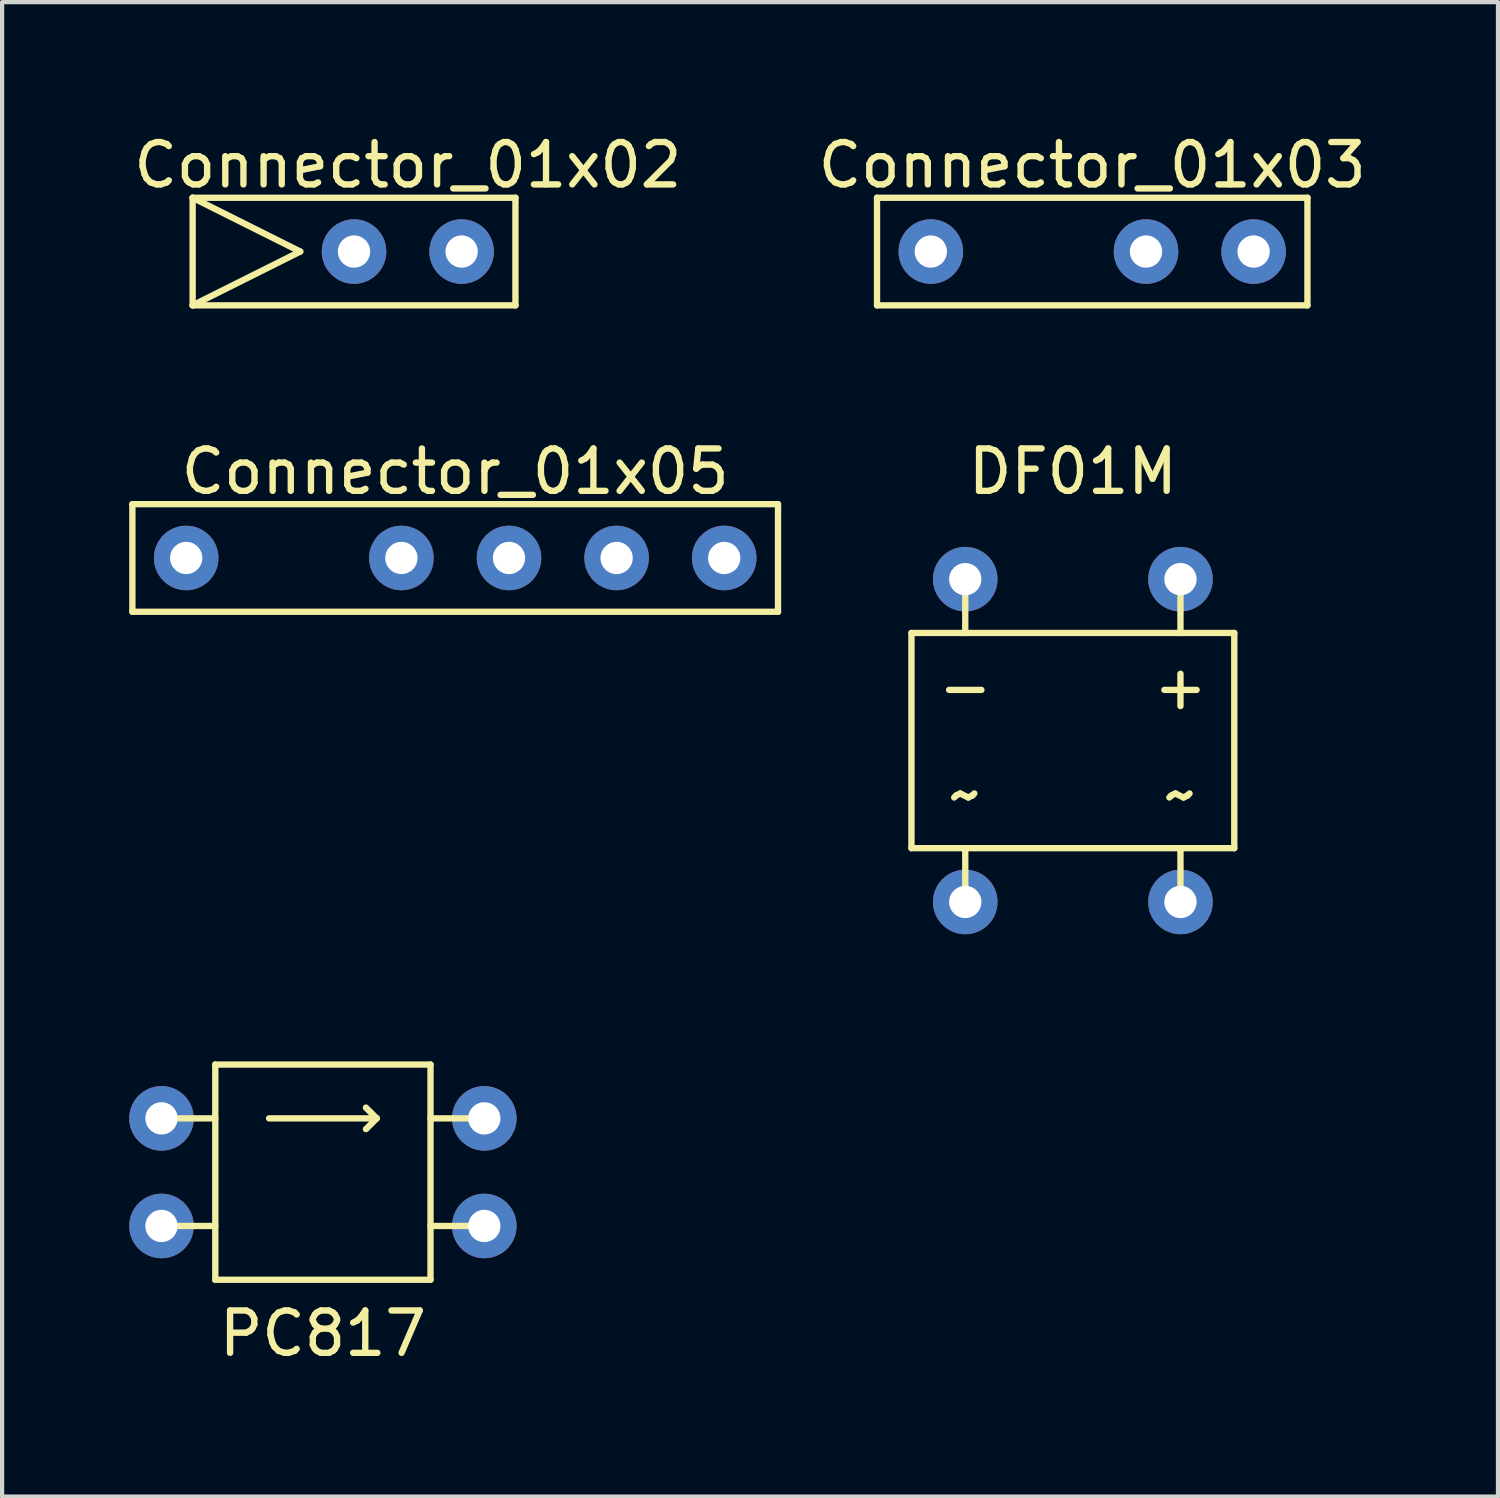
<source format=kicad_pcb>
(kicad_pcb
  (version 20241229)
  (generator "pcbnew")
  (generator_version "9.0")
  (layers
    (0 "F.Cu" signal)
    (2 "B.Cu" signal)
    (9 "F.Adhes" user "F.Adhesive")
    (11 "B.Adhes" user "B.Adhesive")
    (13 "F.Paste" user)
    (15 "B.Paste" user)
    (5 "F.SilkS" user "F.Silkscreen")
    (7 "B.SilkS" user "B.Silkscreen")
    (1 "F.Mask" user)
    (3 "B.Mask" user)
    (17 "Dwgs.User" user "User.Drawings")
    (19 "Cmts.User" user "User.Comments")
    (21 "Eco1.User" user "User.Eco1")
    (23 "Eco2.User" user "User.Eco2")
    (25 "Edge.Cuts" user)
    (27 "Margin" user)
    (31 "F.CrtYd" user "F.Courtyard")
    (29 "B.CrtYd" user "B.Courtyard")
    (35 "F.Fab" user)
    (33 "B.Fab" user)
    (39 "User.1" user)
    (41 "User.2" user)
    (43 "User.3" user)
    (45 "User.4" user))
  (footprint "Connector_01x03"
    (layer "F.Cu")
    (at 22.732 2.888)
    (property "Reference" "Connector_01x03" (at 0 -2.04 0) (layer "F.SilkS") (effects (font (size 1 1) (thickness 0.15))))
    (attr through_hole)
    (fp_line (start -5.08 -1.27) (end 5.08 -1.27) (stroke (width 0.15) (type solid)) (layer "F.SilkS"))
    (fp_line (start -5.08 1.27) (end -5.08 -1.27) (stroke (width 0.15) (type solid)) (layer "F.SilkS"))
    (fp_line (start 5.08 -1.27) (end 5.08 1.27) (stroke (width 0.15) (type solid)) (layer "F.SilkS"))
    (fp_line (start 5.08 1.27) (end -5.08 1.27) (stroke (width 0.15) (type solid)) (layer "F.SilkS"))
    (pad "1" thru_hole circle (at -3.81 0) (size 1.524 1.524) (drill 0.762) (layers "*.Cu" "*.Mask"))
    (pad "2" thru_hole circle (at 1.27 0) (size 1.524 1.524) (drill 0.762) (layers "*.Cu" "*.Mask"))
    (pad "3" thru_hole circle (at 3.81 0) (size 1.524 1.524) (drill 0.762) (layers "*.Cu" "*.Mask")))
  (footprint "DF01M"
    (layer "F.Cu")
    (at 22.275 14.431)
    (property "Reference" "DF01M" (at 0 -6.35 0) (layer "F.SilkS") (effects (font (size 1 1) (thickness 0.15))))
    (attr through_hole)
    (fp_line (start -3.81 -2.54) (end -3.81 2.54) (stroke (width 0.15) (type solid)) (layer "F.SilkS"))
    (fp_line (start -3.81 2.54) (end 3.81 2.54) (stroke (width 0.15) (type solid)) (layer "F.SilkS"))
    (fp_line (start -2.54 -3.81) (end -2.54 -2.54) (stroke (width 0.15) (type solid)) (layer "F.SilkS"))
    (fp_line (start -2.54 3.81) (end -2.54 2.54) (stroke (width 0.15) (type solid)) (layer "F.SilkS"))
    (fp_line (start 2.54 -3.81) (end 2.54 -2.54) (stroke (width 0.15) (type solid)) (layer "F.SilkS"))
    (fp_line (start 2.54 3.81) (end 2.54 2.54) (stroke (width 0.15) (type solid)) (layer "F.SilkS"))
    (fp_line (start 3.81 -2.54) (end -3.81 -2.54) (stroke (width 0.15) (type solid)) (layer "F.SilkS"))
    (fp_line (start 3.81 2.54) (end 3.81 -2.54) (stroke (width 0.15) (type solid)) (layer "F.SilkS"))
    (fp_text user "-" (at -2.54 -1.27 0) (layer "F.SilkS") (effects (font (size 1 1) (thickness 0.15))))
    (fp_text user "+" (at 2.54 -1.27 0) (layer "F.SilkS") (effects (font (size 1 1) (thickness 0.15))))
    (fp_text user "~" (at -2.54 1.27 0) (layer "F.SilkS") (effects (font (size 1 1) (thickness 0.15))))
    (fp_text user "~" (at 2.54 1.27 0) (layer "F.SilkS") (effects (font (size 1 1) (thickness 0.15))))
    (pad "1" thru_hole circle (at 2.54 -3.81 270) (size 1.524 1.524) (drill 0.762) (layers "*.Cu" "*.Mask"))
    (pad "2" thru_hole circle (at -2.54 -3.81 270) (size 1.524 1.524) (drill 0.762) (layers "*.Cu" "*.Mask"))
    (pad "3" thru_hole circle (at -2.54 3.81 270) (size 1.524 1.524) (drill 0.762) (layers "*.Cu" "*.Mask"))
    (pad "4" thru_hole circle (at 2.54 3.81 270) (size 1.524 1.524) (drill 0.762) (layers "*.Cu" "*.Mask")))
  (footprint "Connector_01x05"
    (layer "F.Cu")
    (at 7.695 10.121)
    (property "Reference" "Connector_01x05" (at 0 -2.04 0) (layer "F.SilkS") (effects (font (size 1 1) (thickness 0.15))))
    (attr through_hole)
    (fp_line (start -7.62 -1.27) (end 7.62 -1.27) (stroke (width 0.15) (type solid)) (layer "F.SilkS"))
    (fp_line (start -7.62 1.27) (end -7.62 -1.27) (stroke (width 0.15) (type solid)) (layer "F.SilkS"))
    (fp_line (start 7.62 -1.27) (end 7.62 1.27) (stroke (width 0.15) (type solid)) (layer "F.SilkS"))
    (fp_line (start 7.62 1.27) (end -7.62 1.27) (stroke (width 0.15) (type solid)) (layer "F.SilkS"))
    (pad "1" thru_hole circle (at -6.35 0) (size 1.524 1.524) (drill 0.762) (layers "*.Cu" "*.Mask"))
    (pad "2" thru_hole circle (at -1.27 0) (size 1.524 1.524) (drill 0.762) (layers "*.Cu" "*.Mask"))
    (pad "3" thru_hole circle (at 1.27 0) (size 1.524 1.524) (drill 0.762) (layers "*.Cu" "*.Mask"))
    (pad "4" thru_hole circle (at 3.81 0) (size 1.524 1.524) (drill 0.762) (layers "*.Cu" "*.Mask"))
    (pad "5" thru_hole circle (at 6.35 0) (size 1.524 1.524) (drill 0.762) (layers "*.Cu" "*.Mask")))
  (footprint "Connector_01x02"
    (layer "F.Cu")
    (at 6.577 2.888)
    (property "Reference" "Connector_01x02" (at 0 -2.04 0) (layer "F.SilkS") (effects (font (size 1 1) (thickness 0.15))))
    (attr through_hole)
    (fp_line (start -5.08 -1.27) (end 2.54 -1.27) (stroke (width 0.15) (type solid)) (layer "F.SilkS"))
    (fp_line (start -5.08 1.27) (end -5.08 -1.27) (stroke (width 0.15) (type solid)) (layer "F.SilkS"))
    (fp_line (start -5.08 1.27) (end -2.54 0) (stroke (width 0.15) (type solid)) (layer "F.SilkS"))
    (fp_line (start -2.54 0) (end -5.08 -1.27) (stroke (width 0.15) (type solid)) (layer "F.SilkS"))
    (fp_line (start 2.54 -1.27) (end 2.54 1.27) (stroke (width 0.15) (type solid)) (layer "F.SilkS"))
    (fp_line (start 2.54 1.27) (end -5.08 1.27) (stroke (width 0.15) (type solid)) (layer "F.SilkS"))
    (pad "1" thru_hole circle (at -1.27 0) (size 1.524 1.524) (drill 0.762) (layers "*.Cu" "*.Mask"))
    (pad "2" thru_hole circle (at 1.27 0) (size 1.524 1.524) (drill 0.762) (layers "*.Cu" "*.Mask")))
  (footprint "PC817"
    (layer "F.Cu")
    (at 4.572 24.619)
    (property "Reference" "PC817" (at 0 3.81 0) (layer "F.SilkS") (effects (font (size 1 1) (thickness 0.15))))
    (attr through_hole)
    (fp_line (start -3.81 -1.27) (end -2.54 -1.27) (stroke (width 0.15) (type solid)) (layer "F.SilkS"))
    (fp_line (start -3.81 1.27) (end -2.54 1.27) (stroke (width 0.15) (type solid)) (layer "F.SilkS"))
    (fp_line (start -2.54 -2.54) (end -2.54 2.54) (stroke (width 0.15) (type solid)) (layer "F.SilkS"))
    (fp_line (start -2.54 2.54) (end 2.54 2.54) (stroke (width 0.15) (type solid)) (layer "F.SilkS"))
    (fp_line (start -1.27 -1.27) (end 1.27 -1.27) (stroke (width 0.15) (type solid)) (layer "F.SilkS"))
    (fp_line (start 1.27 -1.27) (end 1.016 -1.524) (stroke (width 0.15) (type solid)) (layer "F.SilkS"))
    (fp_line (start 1.27 -1.27) (end 1.016 -1.016) (stroke (width 0.15) (type solid)) (layer "F.SilkS"))
    (fp_line (start 2.54 -2.54) (end -2.54 -2.54) (stroke (width 0.15) (type solid)) (layer "F.SilkS"))
    (fp_line (start 2.54 2.54) (end 2.54 -2.54) (stroke (width 0.15) (type solid)) (layer "F.SilkS"))
    (fp_line (start 3.81 -1.27) (end 2.54 -1.27) (stroke (width 0.15) (type solid)) (layer "F.SilkS"))
    (fp_line (start 3.81 1.27) (end 2.54 1.27) (stroke (width 0.15) (type solid)) (layer "F.SilkS"))
    (pad "1" thru_hole circle (at -3.81 -1.27) (size 1.524 1.524) (drill 0.762) (layers "*.Cu" "*.Mask"))
    (pad "2" thru_hole circle (at -3.81 1.27) (size 1.524 1.524) (drill 0.762) (layers "*.Cu" "*.Mask"))
    (pad "3" thru_hole circle (at 3.81 1.27) (size 1.524 1.524) (drill 0.762) (layers "*.Cu" "*.Mask"))
    (pad "4" thru_hole circle (at 3.81 -1.27) (size 1.524 1.524) (drill 0.762) (layers "*.Cu" "*.Mask")))
  (gr_rect
    (start -3 -3)
    (end 32.31 32.277)
    (stroke (width 0.1) (type default))
    (fill no)
    (layer "Edge.Cuts")))
</source>
